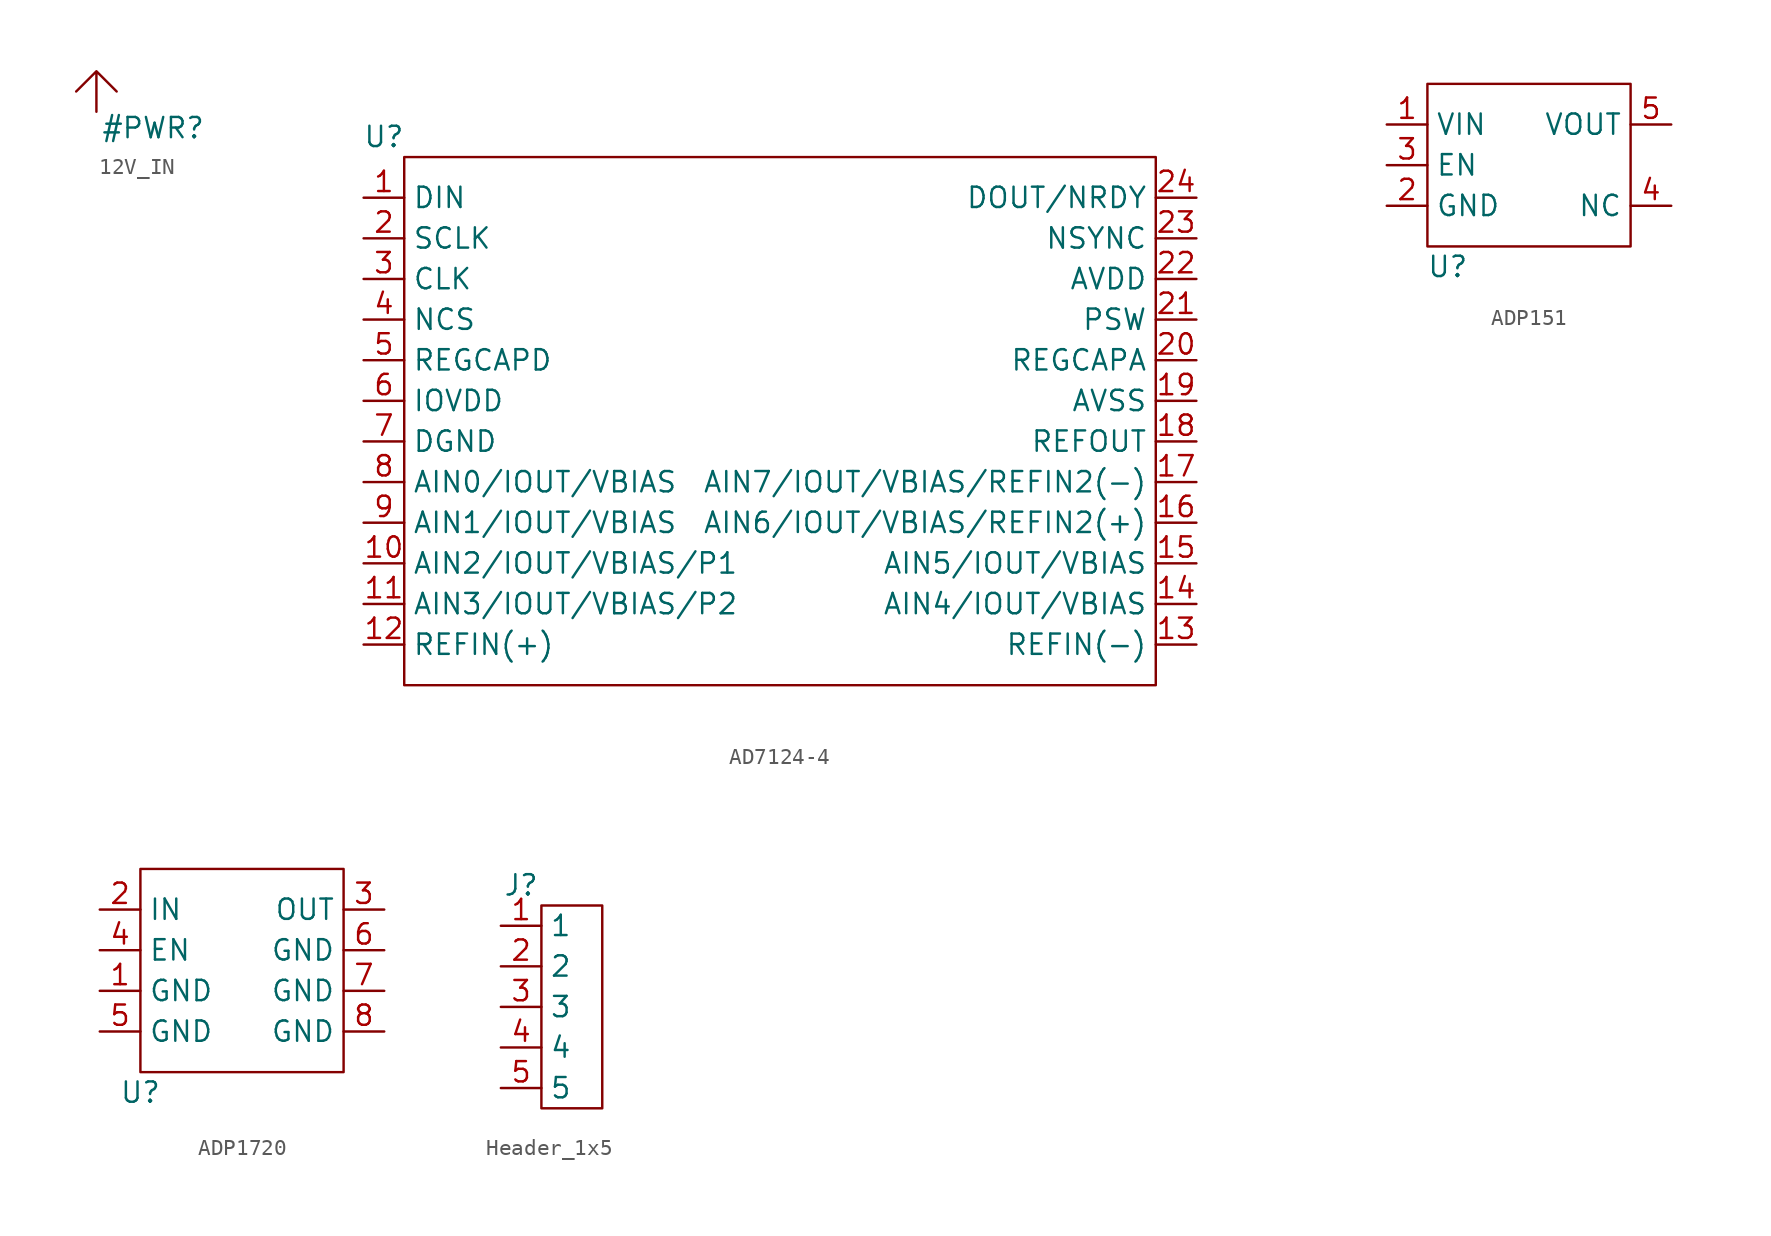
<source format=kicad_sym>
(kicad_symbol_lib
  (version 20241209)
  (generator "kicad_symbol_editor")
  (generator_version "9.0")
  (symbol "12V_IN"
    (power)
    (property "Reference" "#PWR"
      (at 3.556 -1.016 0)
      (effects (font (size 1.27 1.27))))
    (property "Value" ""
      (at 0 0 0)
      (effects (font (size 1.27 1.27))))
    (symbol "12V_IN_0_1"
      (polyline (pts (xy 0 0) (xy 0 2.54) (xy -1.27 1.27) (xy 0 2.54) (xy 1.27 1.27) (xy 0 2.54)) (stroke (width 0) (type default)) (fill (type none))))
    (symbol "12V_IN_1_1"
      (pin power_in line (at 0 0 90) (length 0) (hide yes) (name "12V_IN" (effects (font (size 1.27 1.27)))) (number "1" (effects (font (size 1.27 1.27)))))))
  (symbol "AD7124-4"
    (property "Reference" "U"
      (at -25.4 17.78 0)
      (effects (font (size 1.27 1.27))))
    (property "Value" ""
      (at 0 0 0)
      (effects (font (size 1.27 1.27))))
    (symbol "AD7124-4_0_1"
      (rectangle (start -24.13 16.51) (end 22.86 -16.51) (stroke (width 0) (type default)) (fill (type none))))
    (symbol "AD7124-4_1_1"
      (pin input line (at -26.67 13.97 0) (length 2.54) (name "DIN" (effects (font (size 1.27 1.27)))) (number "1" (effects (font (size 1.27 1.27)))))
      (pin input line (at -26.67 11.43 0) (length 2.54) (name "SCLK" (effects (font (size 1.27 1.27)))) (number "2" (effects (font (size 1.27 1.27)))))
      (pin bidirectional line (at -26.67 8.89 0) (length 2.54) (name "CLK" (effects (font (size 1.27 1.27)))) (number "3" (effects (font (size 1.27 1.27)))))
      (pin input line (at -26.67 6.35 0) (length 2.54) (name "NCS" (effects (font (size 1.27 1.27)))) (number "4" (effects (font (size 1.27 1.27)))))
      (pin power_out line (at -26.67 3.81 0) (length 2.54) (name "REGCAPD" (effects (font (size 1.27 1.27)))) (number "5" (effects (font (size 1.27 1.27)))))
      (pin power_in line (at -26.67 1.27 0) (length 2.54) (name "IOVDD" (effects (font (size 1.27 1.27)))) (number "6" (effects (font (size 1.27 1.27)))))
      (pin passive line (at -26.67 -1.27 0) (length 2.54) (name "DGND" (effects (font (size 1.27 1.27)))) (number "7" (effects (font (size 1.27 1.27)))))
      (pin unspecified line (at -26.67 -3.81 0) (length 2.54) (name "AIN0/IOUT/VBIAS" (effects (font (size 1.27 1.27)))) (number "8" (effects (font (size 1.27 1.27)))))
      (pin unspecified line (at -26.67 -6.35 0) (length 2.54) (name "AIN1/IOUT/VBIAS" (effects (font (size 1.27 1.27)))) (number "9" (effects (font (size 1.27 1.27)))))
      (pin unspecified line (at -26.67 -8.89 0) (length 2.54) (name "AIN2/IOUT/VBIAS/P1" (effects (font (size 1.27 1.27)))) (number "10" (effects (font (size 1.27 1.27)))))
      (pin unspecified line (at -26.67 -11.43 0) (length 2.54) (name "AIN3/IOUT/VBIAS/P2" (effects (font (size 1.27 1.27)))) (number "11" (effects (font (size 1.27 1.27)))))
      (pin input line (at -26.67 -13.97 0) (length 2.54) (name "REFIN(+)" (effects (font (size 1.27 1.27)))) (number "12" (effects (font (size 1.27 1.27)))))
      (pin output line (at 25.4 13.97 180) (length 2.54) (name "DOUT/NRDY" (effects (font (size 1.27 1.27)))) (number "24" (effects (font (size 1.27 1.27)))))
      (pin input line (at 25.4 11.43 180) (length 2.54) (name "NSYNC" (effects (font (size 1.27 1.27)))) (number "23" (effects (font (size 1.27 1.27)))))
      (pin power_in line (at 25.4 8.89 180) (length 2.54) (name "AVDD" (effects (font (size 1.27 1.27)))) (number "22" (effects (font (size 1.27 1.27)))))
      (pin unspecified line (at 25.4 6.35 180) (length 2.54) (name "PSW" (effects (font (size 1.27 1.27)))) (number "21" (effects (font (size 1.27 1.27)))))
      (pin power_out line (at 25.4 3.81 180) (length 2.54) (name "REGCAPA" (effects (font (size 1.27 1.27)))) (number "20" (effects (font (size 1.27 1.27)))))
      (pin power_in line (at 25.4 1.27 180) (length 2.54) (name "AVSS" (effects (font (size 1.27 1.27)))) (number "19" (effects (font (size 1.27 1.27)))))
      (pin output line (at 25.4 -1.27 180) (length 2.54) (name "REFOUT" (effects (font (size 1.27 1.27)))) (number "18" (effects (font (size 1.27 1.27)))))
      (pin unspecified line (at 25.4 -3.81 180) (length 2.54) (name "AIN7/IOUT/VBIAS/REFIN2(-)" (effects (font (size 1.27 1.27)))) (number "17" (effects (font (size 1.27 1.27)))))
      (pin unspecified line (at 25.4 -6.35 180) (length 2.54) (name "AIN6/IOUT/VBIAS/REFIN2(+)" (effects (font (size 1.27 1.27)))) (number "16" (effects (font (size 1.27 1.27)))))
      (pin unspecified line (at 25.4 -8.89 180) (length 2.54) (name "AIN5/IOUT/VBIAS" (effects (font (size 1.27 1.27)))) (number "15" (effects (font (size 1.27 1.27)))))
      (pin unspecified line (at 25.4 -11.43 180) (length 2.54) (name "AIN4/IOUT/VBIAS" (effects (font (size 1.27 1.27)))) (number "14" (effects (font (size 1.27 1.27)))))
      (pin input line (at 25.4 -13.97 180) (length 2.54) (name "REFIN(-)" (effects (font (size 1.27 1.27)))) (number "13" (effects (font (size 1.27 1.27)))))))
  (symbol "ADP151"
    (property "Reference" "U"
      (at -5.08 -6.35 0)
      (effects (font (size 1.27 1.27))))
    (property "Value" ""
      (at 0 0 0)
      (effects (font (size 1.27 1.27))))
    (symbol "ADP151_0_1"
      (rectangle (start -6.35 5.08) (end 6.35 -5.08) (stroke (width 0) (type default)) (fill (type none))))
    (symbol "ADP151_1_1"
      (pin power_in line (at -8.89 2.54 0) (length 2.54) (name "VIN" (effects (font (size 1.27 1.27)))) (number "1" (effects (font (size 1.27 1.27)))))
      (pin passive line (at -8.89 0 0) (length 2.54) (name "EN" (effects (font (size 1.27 1.27)))) (number "3" (effects (font (size 1.27 1.27)))))
      (pin power_in line (at -8.89 -2.54 0) (length 2.54) (name "GND" (effects (font (size 1.27 1.27)))) (number "2" (effects (font (size 1.27 1.27)))))
      (pin power_out line (at 8.89 2.54 180) (length 2.54) (name "VOUT" (effects (font (size 1.27 1.27)))) (number "5" (effects (font (size 1.27 1.27)))))
      (pin passive line (at 8.89 -2.54 180) (length 2.54) (name "NC" (effects (font (size 1.27 1.27)))) (number "4" (effects (font (size 1.27 1.27)))))))
  (symbol "ADP1720"
    (property "Reference" "U"
      (at -2.54 -7.62 0)
      (effects (font (size 1.27 1.27))))
    (property "Value" ""
      (at 0 0 0)
      (effects (font (size 1.27 1.27))))
    (symbol "ADP1720_0_1"
      (rectangle (start -2.54 6.35) (end 10.16 -6.35) (stroke (width 0) (type default)) (fill (type none))))
    (symbol "ADP1720_1_1"
      (pin power_in line (at -5.08 3.81 0) (length 2.54) (name "IN" (effects (font (size 1.27 1.27)))) (number "2" (effects (font (size 1.27 1.27)))))
      (pin passive line (at -5.08 1.27 0) (length 2.54) (name "EN" (effects (font (size 1.27 1.27)))) (number "4" (effects (font (size 1.27 1.27)))))
      (pin power_in line (at -5.08 -1.27 0) (length 2.54) (name "GND" (effects (font (size 1.27 1.27)))) (number "1" (effects (font (size 1.27 1.27)))))
      (pin power_in line (at -5.08 -3.81 0) (length 2.54) (name "GND" (effects (font (size 1.27 1.27)))) (number "5" (effects (font (size 1.27 1.27)))))
      (pin power_out line (at 12.7 3.81 180) (length 2.54) (name "OUT" (effects (font (size 1.27 1.27)))) (number "3" (effects (font (size 1.27 1.27)))))
      (pin power_in line (at 12.7 1.27 180) (length 2.54) (name "GND" (effects (font (size 1.27 1.27)))) (number "6" (effects (font (size 1.27 1.27)))))
      (pin power_in line (at 12.7 -1.27 180) (length 2.54) (name "GND" (effects (font (size 1.27 1.27)))) (number "7" (effects (font (size 1.27 1.27)))))
      (pin power_in line (at 12.7 -3.81 180) (length 2.54) (name "GND" (effects (font (size 1.27 1.27)))) (number "8" (effects (font (size 1.27 1.27)))))))
  (symbol "Header_1x5"
    (property "Reference" "J"
      (at 0 0 0)
      (effects (font (size 1.27 1.27))))
    (property "Value" ""
      (at 0 0 0)
      (effects (font (size 1.27 1.27))))
    (symbol "Header_1x5_0_1"
      (rectangle (start 1.27 -1.27) (end 5.08 -13.97) (stroke (width 0) (type default)) (fill (type none))))
    (symbol "Header_1x5_1_1"
      (pin input line (at -1.27 -2.54 0) (length 2.54) (name "1" (effects (font (size 1.27 1.27)))) (number "1" (effects (font (size 1.27 1.27)))))
      (pin input line (at -1.27 -5.08 0) (length 2.54) (name "2" (effects (font (size 1.27 1.27)))) (number "2" (effects (font (size 1.27 1.27)))))
      (pin input line (at -1.27 -7.62 0) (length 2.54) (name "3" (effects (font (size 1.27 1.27)))) (number "3" (effects (font (size 1.27 1.27)))))
      (pin input line (at -1.27 -10.16 0) (length 2.54) (name "4" (effects (font (size 1.27 1.27)))) (number "4" (effects (font (size 1.27 1.27)))))
      (pin input line (at -1.27 -12.7 0) (length 2.54) (name "5" (effects (font (size 1.27 1.27)))) (number "5" (effects (font (size 1.27 1.27))))))))
</source>
